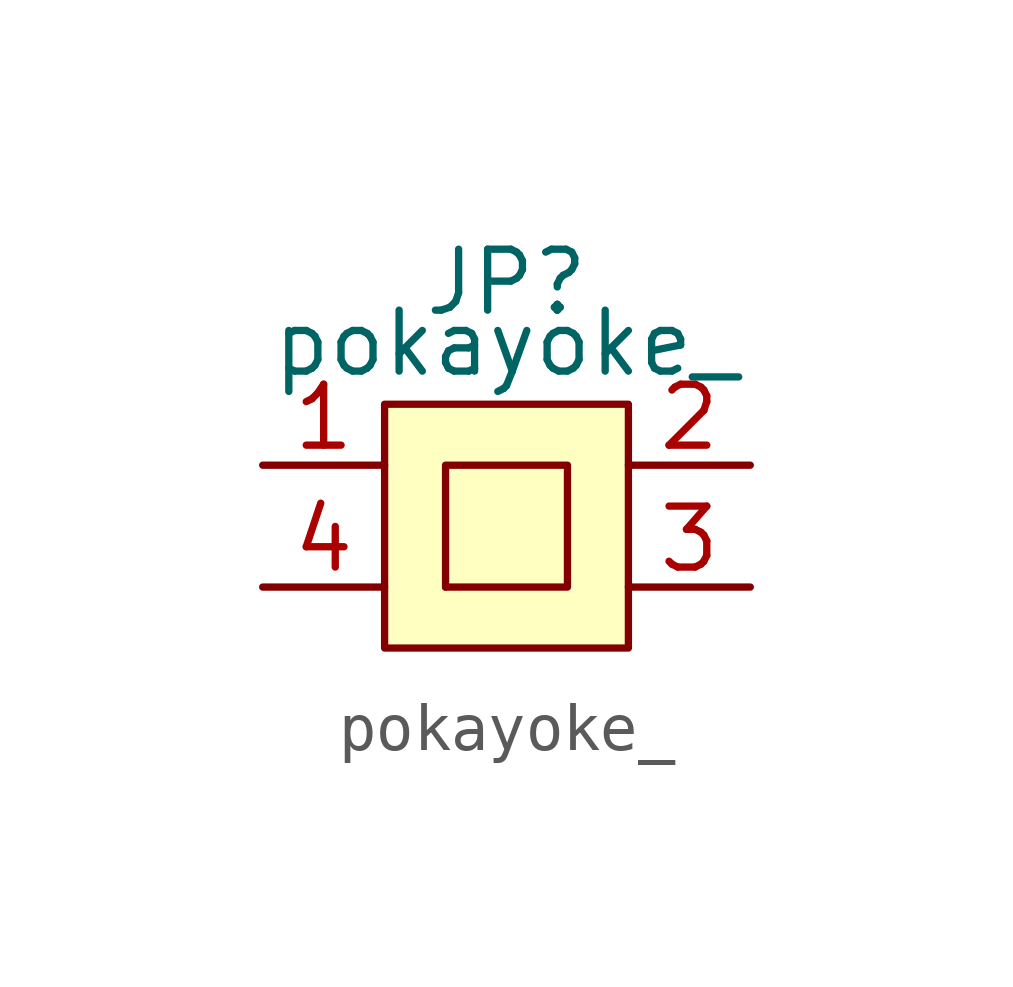
<source format=kicad_sym>
(kicad_symbol_lib
  (version 20241209)
  (generator "kicad_symbol_editor")
  (generator_version "9.0")
  (symbol "pokayoke_"
    (property "Reference" "JP"
      (at 1.27 3.81 0)
      (effects (font (size 1.27 1.27))))
    (property "Value" "pokayoke_"
      (at 1.27 2.54 0)
      (effects (font (size 1.27 1.27))))
    (symbol "pokayoke__0_1"
      (polyline (pts (xy 0 0) (xy 2.54 0) (xy 2.54 -2.54) (xy 0 -2.54) (xy 0 0)) (stroke (width 0) (type default)) (fill (type none)))
      (polyline (pts (xy 0 -2.54) (xy 0 -2.54)) (stroke (width 0) (type default)) (fill (type none))))
    (symbol "pokayoke__1_1"
      (rectangle (start -1.27 1.27) (end 3.81 -3.81) (stroke (width 0) (type solid)) (fill (type background)))
      (pin bidirectional line (at -3.81 0 0) (length 2.54) (name "" (effects (font (size 1.27 1.27)))) (number "1" (effects (font (size 1.27 1.27)))))
      (pin bidirectional line (at -3.81 -2.54 0) (length 2.54) (name "" (effects (font (size 1.27 1.27)))) (number "4" (effects (font (size 1.27 1.27)))))
      (pin bidirectional line (at 6.35 0 180) (length 2.54) (name "" (effects (font (size 1.27 1.27)))) (number "2" (effects (font (size 1.27 1.27)))))
      (pin bidirectional line (at 6.35 -2.54 180) (length 2.54) (name "" (effects (font (size 1.27 1.27)))) (number "3" (effects (font (size 1.27 1.27))))))))
</source>
